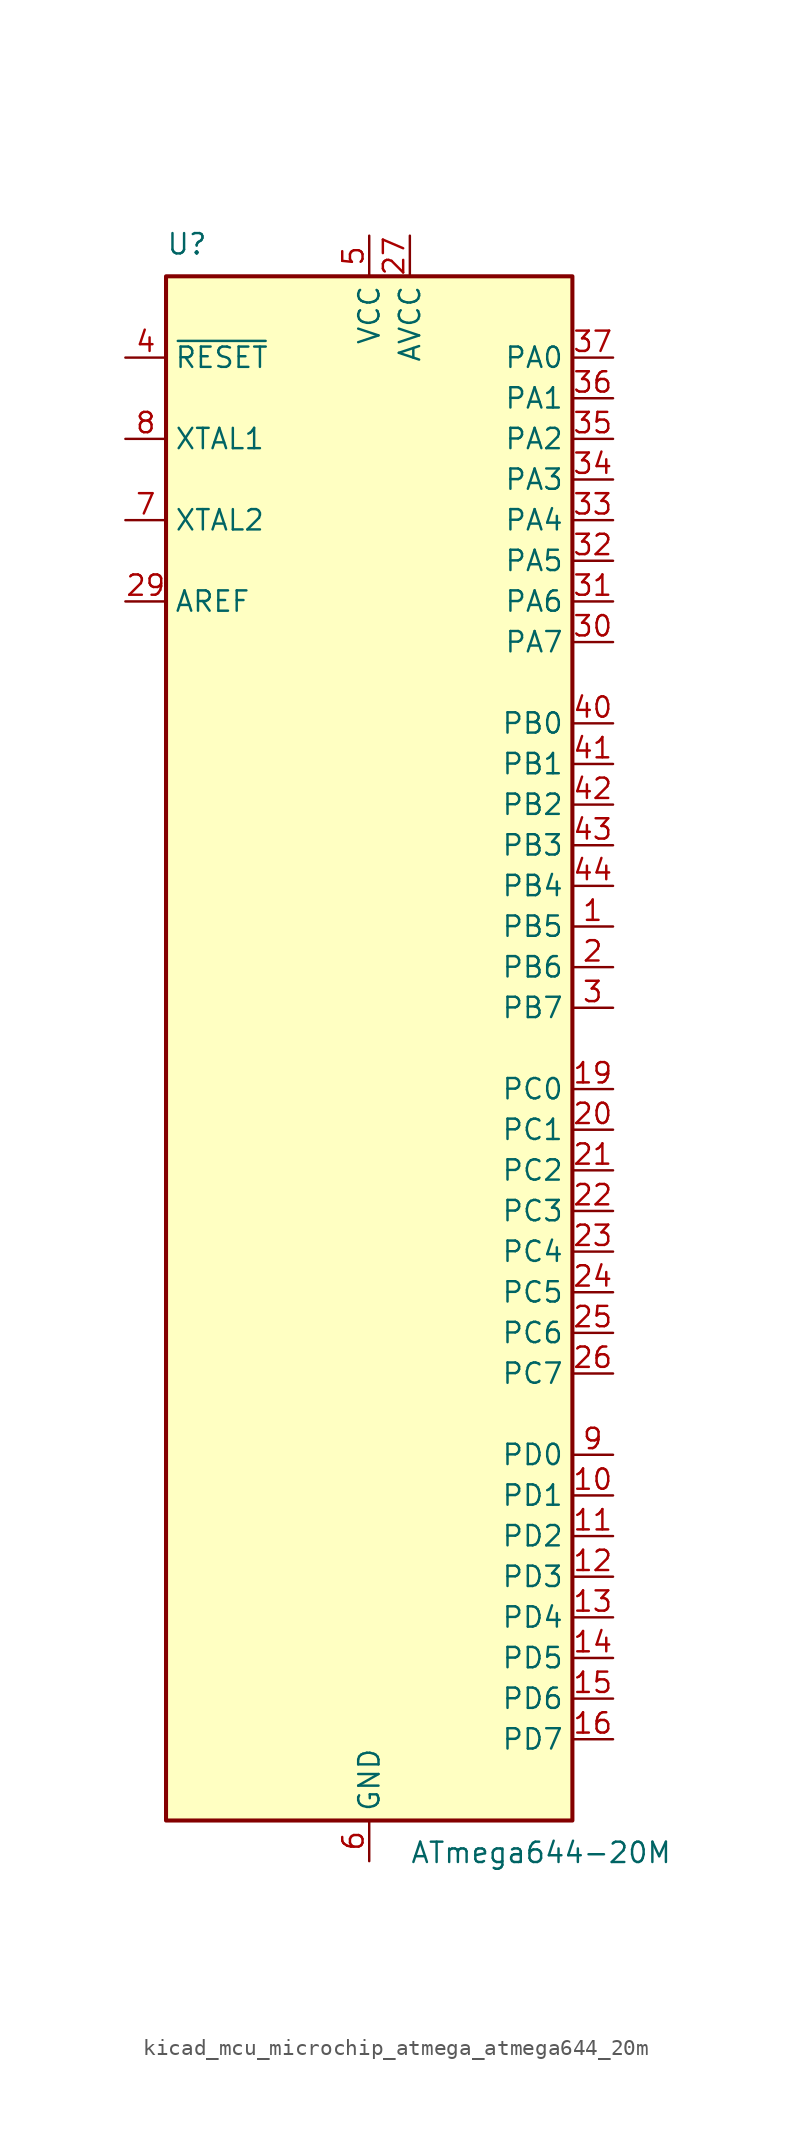
<source format=kicad_sym>
(kicad_symbol_lib
  (version 20220914)
  (generator kicad_symbol_editor)
  (symbol "kicad_mcu_microchip_atmega_atmega644_20m"
    (property "Reference" "U"
      (at -12.7 49.53 0)
      (effects (font (size 1.27 1.27)) (justify left bottom)))
    (property "Value" "ATmega644-20M"
      (at 2.54 -49.53 0)
      (effects (font (size 1.27 1.27)) (justify left top)))
    (symbol "kicad_mcu_microchip_atmega_atmega644_20m_0_1"
      (rectangle (start -12.7 -48.26) (end 12.7 48.26) (stroke (width 0.254) (type default)) (fill (type background))))
    (symbol "kicad_mcu_microchip_atmega_atmega644_20m_1_1"
      (pin bidirectional line (at 15.24 7.62 180) (length 2.54) (name "PB5" (effects (font (size 1.27 1.27)))) (number "1" (effects (font (size 1.27 1.27)))))
      (pin bidirectional line (at 15.24 -27.94 180) (length 2.54) (name "PD1" (effects (font (size 1.27 1.27)))) (number "10" (effects (font (size 1.27 1.27)))))
      (pin bidirectional line (at 15.24 -30.48 180) (length 2.54) (name "PD2" (effects (font (size 1.27 1.27)))) (number "11" (effects (font (size 1.27 1.27)))))
      (pin bidirectional line (at 15.24 -33.02 180) (length 2.54) (name "PD3" (effects (font (size 1.27 1.27)))) (number "12" (effects (font (size 1.27 1.27)))))
      (pin bidirectional line (at 15.24 -35.56 180) (length 2.54) (name "PD4" (effects (font (size 1.27 1.27)))) (number "13" (effects (font (size 1.27 1.27)))))
      (pin bidirectional line (at 15.24 -38.1 180) (length 2.54) (name "PD5" (effects (font (size 1.27 1.27)))) (number "14" (effects (font (size 1.27 1.27)))))
      (pin bidirectional line (at 15.24 -40.64 180) (length 2.54) (name "PD6" (effects (font (size 1.27 1.27)))) (number "15" (effects (font (size 1.27 1.27)))))
      (pin bidirectional line (at 15.24 -43.18 180) (length 2.54) (name "PD7" (effects (font (size 1.27 1.27)))) (number "16" (effects (font (size 1.27 1.27)))))
      (pin passive line (at 0 50.8 270) (length 2.54) hide (name "VCC" (effects (font (size 1.27 1.27)))) (number "17" (effects (font (size 1.27 1.27)))))
      (pin passive line (at 0 -50.8 90) (length 2.54) hide (name "GND" (effects (font (size 1.27 1.27)))) (number "18" (effects (font (size 1.27 1.27)))))
      (pin bidirectional line (at 15.24 -2.54 180) (length 2.54) (name "PC0" (effects (font (size 1.27 1.27)))) (number "19" (effects (font (size 1.27 1.27)))))
      (pin bidirectional line (at 15.24 5.08 180) (length 2.54) (name "PB6" (effects (font (size 1.27 1.27)))) (number "2" (effects (font (size 1.27 1.27)))))
      (pin bidirectional line (at 15.24 -5.08 180) (length 2.54) (name "PC1" (effects (font (size 1.27 1.27)))) (number "20" (effects (font (size 1.27 1.27)))))
      (pin bidirectional line (at 15.24 -7.62 180) (length 2.54) (name "PC2" (effects (font (size 1.27 1.27)))) (number "21" (effects (font (size 1.27 1.27)))))
      (pin bidirectional line (at 15.24 -10.16 180) (length 2.54) (name "PC3" (effects (font (size 1.27 1.27)))) (number "22" (effects (font (size 1.27 1.27)))))
      (pin bidirectional line (at 15.24 -12.7 180) (length 2.54) (name "PC4" (effects (font (size 1.27 1.27)))) (number "23" (effects (font (size 1.27 1.27)))))
      (pin bidirectional line (at 15.24 -15.24 180) (length 2.54) (name "PC5" (effects (font (size 1.27 1.27)))) (number "24" (effects (font (size 1.27 1.27)))))
      (pin bidirectional line (at 15.24 -17.78 180) (length 2.54) (name "PC6" (effects (font (size 1.27 1.27)))) (number "25" (effects (font (size 1.27 1.27)))))
      (pin bidirectional line (at 15.24 -20.32 180) (length 2.54) (name "PC7" (effects (font (size 1.27 1.27)))) (number "26" (effects (font (size 1.27 1.27)))))
      (pin power_in line (at 2.54 50.8 270) (length 2.54) (name "AVCC" (effects (font (size 1.27 1.27)))) (number "27" (effects (font (size 1.27 1.27)))))
      (pin passive line (at 0 -50.8 90) (length 2.54) hide (name "GND" (effects (font (size 1.27 1.27)))) (number "28" (effects (font (size 1.27 1.27)))))
      (pin passive line (at -15.24 27.94 0) (length 2.54) (name "AREF" (effects (font (size 1.27 1.27)))) (number "29" (effects (font (size 1.27 1.27)))))
      (pin bidirectional line (at 15.24 2.54 180) (length 2.54) (name "PB7" (effects (font (size 1.27 1.27)))) (number "3" (effects (font (size 1.27 1.27)))))
      (pin bidirectional line (at 15.24 25.4 180) (length 2.54) (name "PA7" (effects (font (size 1.27 1.27)))) (number "30" (effects (font (size 1.27 1.27)))))
      (pin bidirectional line (at 15.24 27.94 180) (length 2.54) (name "PA6" (effects (font (size 1.27 1.27)))) (number "31" (effects (font (size 1.27 1.27)))))
      (pin bidirectional line (at 15.24 30.48 180) (length 2.54) (name "PA5" (effects (font (size 1.27 1.27)))) (number "32" (effects (font (size 1.27 1.27)))))
      (pin bidirectional line (at 15.24 33.02 180) (length 2.54) (name "PA4" (effects (font (size 1.27 1.27)))) (number "33" (effects (font (size 1.27 1.27)))))
      (pin bidirectional line (at 15.24 35.56 180) (length 2.54) (name "PA3" (effects (font (size 1.27 1.27)))) (number "34" (effects (font (size 1.27 1.27)))))
      (pin bidirectional line (at 15.24 38.1 180) (length 2.54) (name "PA2" (effects (font (size 1.27 1.27)))) (number "35" (effects (font (size 1.27 1.27)))))
      (pin bidirectional line (at 15.24 40.64 180) (length 2.54) (name "PA1" (effects (font (size 1.27 1.27)))) (number "36" (effects (font (size 1.27 1.27)))))
      (pin bidirectional line (at 15.24 43.18 180) (length 2.54) (name "PA0" (effects (font (size 1.27 1.27)))) (number "37" (effects (font (size 1.27 1.27)))))
      (pin passive line (at 0 50.8 270) (length 2.54) hide (name "VCC" (effects (font (size 1.27 1.27)))) (number "38" (effects (font (size 1.27 1.27)))))
      (pin passive line (at 0 -50.8 90) (length 2.54) hide (name "GND" (effects (font (size 1.27 1.27)))) (number "39" (effects (font (size 1.27 1.27)))))
      (pin input line (at -15.24 43.18 0) (length 2.54) (name "~{RESET}" (effects (font (size 1.27 1.27)))) (number "4" (effects (font (size 1.27 1.27)))))
      (pin bidirectional line (at 15.24 20.32 180) (length 2.54) (name "PB0" (effects (font (size 1.27 1.27)))) (number "40" (effects (font (size 1.27 1.27)))))
      (pin bidirectional line (at 15.24 17.78 180) (length 2.54) (name "PB1" (effects (font (size 1.27 1.27)))) (number "41" (effects (font (size 1.27 1.27)))))
      (pin bidirectional line (at 15.24 15.24 180) (length 2.54) (name "PB2" (effects (font (size 1.27 1.27)))) (number "42" (effects (font (size 1.27 1.27)))))
      (pin bidirectional line (at 15.24 12.7 180) (length 2.54) (name "PB3" (effects (font (size 1.27 1.27)))) (number "43" (effects (font (size 1.27 1.27)))))
      (pin bidirectional line (at 15.24 10.16 180) (length 2.54) (name "PB4" (effects (font (size 1.27 1.27)))) (number "44" (effects (font (size 1.27 1.27)))))
      (pin passive line (at 0 -50.8 90) (length 2.54) hide (name "GND" (effects (font (size 1.27 1.27)))) (number "45" (effects (font (size 1.27 1.27)))))
      (pin power_in line (at 0 50.8 270) (length 2.54) (name "VCC" (effects (font (size 1.27 1.27)))) (number "5" (effects (font (size 1.27 1.27)))))
      (pin power_in line (at 0 -50.8 90) (length 2.54) (name "GND" (effects (font (size 1.27 1.27)))) (number "6" (effects (font (size 1.27 1.27)))))
      (pin output line (at -15.24 33.02 0) (length 2.54) (name "XTAL2" (effects (font (size 1.27 1.27)))) (number "7" (effects (font (size 1.27 1.27)))))
      (pin input line (at -15.24 38.1 0) (length 2.54) (name "XTAL1" (effects (font (size 1.27 1.27)))) (number "8" (effects (font (size 1.27 1.27)))))
      (pin bidirectional line (at 15.24 -25.4 180) (length 2.54) (name "PD0" (effects (font (size 1.27 1.27)))) (number "9" (effects (font (size 1.27 1.27))))))))
</source>
